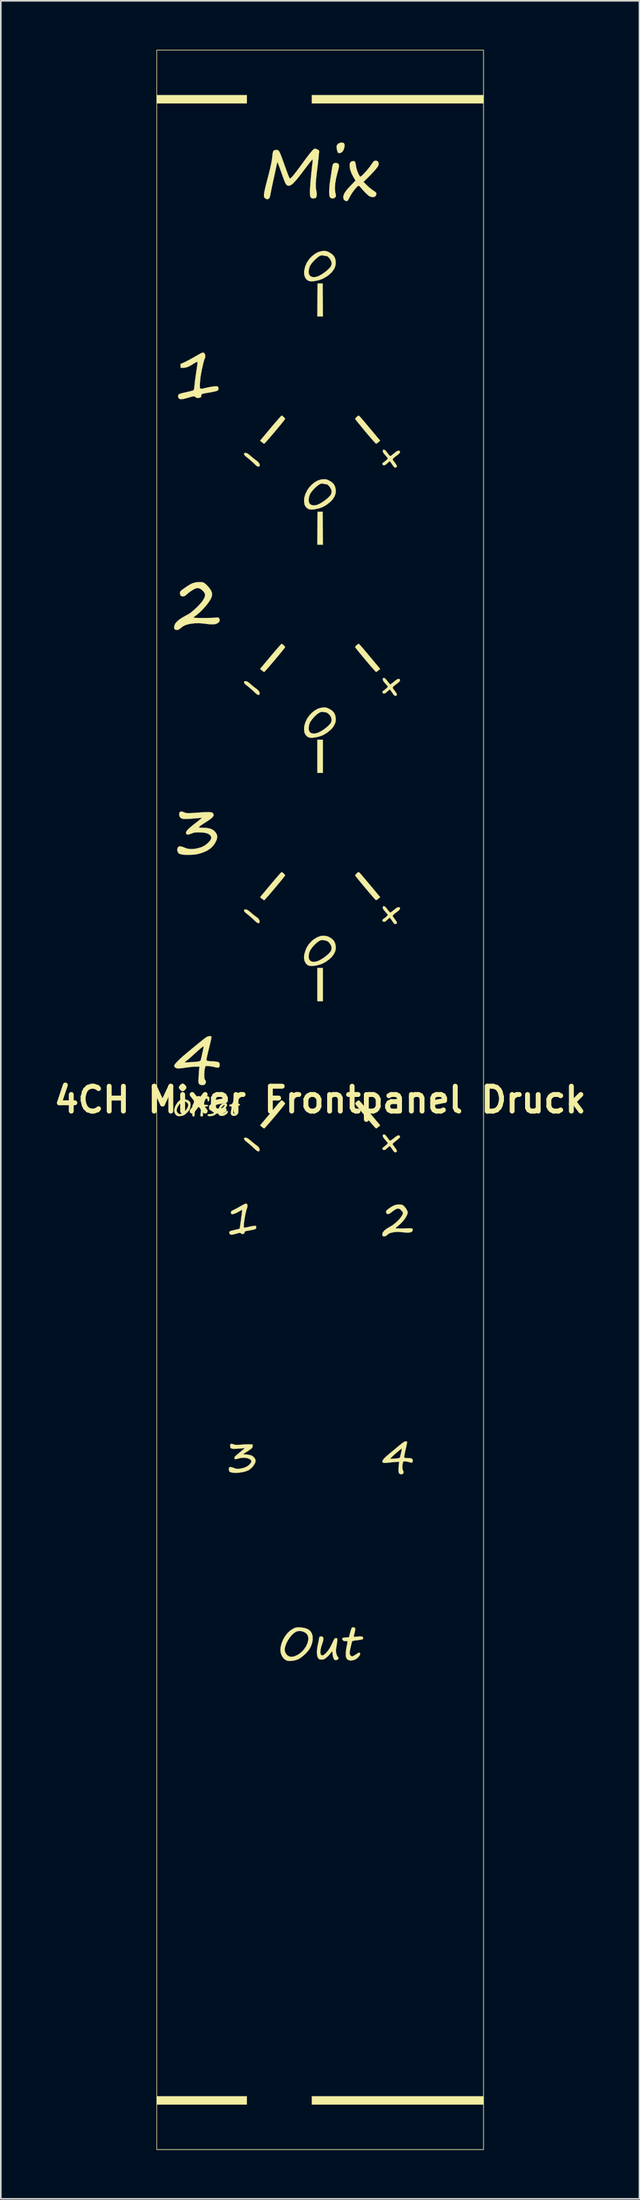
<source format=kicad_pcb>
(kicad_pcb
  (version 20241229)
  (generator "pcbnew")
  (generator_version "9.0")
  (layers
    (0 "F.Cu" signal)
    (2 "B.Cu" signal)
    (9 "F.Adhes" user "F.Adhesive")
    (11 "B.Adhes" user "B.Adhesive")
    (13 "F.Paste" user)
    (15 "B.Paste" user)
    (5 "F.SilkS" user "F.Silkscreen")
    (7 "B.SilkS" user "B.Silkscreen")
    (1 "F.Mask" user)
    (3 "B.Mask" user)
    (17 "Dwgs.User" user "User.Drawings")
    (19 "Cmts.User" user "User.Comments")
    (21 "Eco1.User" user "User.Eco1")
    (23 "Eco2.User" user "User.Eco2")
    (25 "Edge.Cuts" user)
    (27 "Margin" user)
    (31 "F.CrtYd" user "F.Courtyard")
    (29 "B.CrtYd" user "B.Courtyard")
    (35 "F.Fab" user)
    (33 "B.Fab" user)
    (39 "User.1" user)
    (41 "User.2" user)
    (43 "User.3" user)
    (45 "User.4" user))
  (footprint "4CH Mixer Frontpanel Druck"
    (layer "F.Cu")
    (at 16.554 64.267)
    (property "Reference" "4CH Mixer Frontpanel Druck" (at 0 0 0) (layer "F.SilkS") (effects (font (size 1.524 1.524) (thickness 0.3))))
    (attr through_hole)
    (fp_poly (pts (xy 0.169 -20.01) (xy -0.169 -20.01) (xy -0.169 -22.042) (xy 0.169 -22.042) (xy 0.169 -20.01)) (stroke (width 0.01) (type solid)) (fill yes) (layer "F.SilkS"))
    (fp_poly (pts (xy 0.169 -6.04) (xy -0.169 -6.04) (xy -0.169 -8.072) (xy 0.169 -8.072) (xy 0.169 -6.04)) (stroke (width 0.01) (type solid)) (fill yes) (layer "F.SilkS"))
    (fp_poly (pts (xy 0.163 -48.959) (xy 0.17 -47.95) (xy -0.17 -47.95) (xy -0.163 -48.959) (xy -0.155 -49.967) (xy 0.155 -49.967) (xy 0.163 -48.959)) (stroke (width 0.01) (type solid)) (fill yes) (layer "F.SilkS"))
    (fp_poly (pts (xy 0.163 -34.989) (xy 0.17 -33.98) (xy -0.17 -33.98) (xy -0.163 -34.989) (xy -0.155 -35.997) (xy 0.155 -35.997) (xy 0.163 -34.989)) (stroke (width 0.01) (type solid)) (fill yes) (layer "F.SilkS"))
    (fp_poly (pts (xy 1.401 -58.577) (xy 1.441 -58.56) (xy 1.482 -58.509) (xy 1.497 -58.424) (xy 1.488 -58.318) (xy 1.459 -58.207) (xy 1.413 -58.104) (xy 1.353 -58.023) (xy 1.316 -57.994) (xy 1.21 -57.946) (xy 1.13 -57.948) (xy 1.078 -58) (xy 1.07 -58.018) (xy 1.035 -58.132) (xy 1.013 -58.25) (xy 1.008 -58.351) (xy 1.017 -58.407) (xy 1.078 -58.497) (xy 1.175 -58.56) (xy 1.288 -58.588) (xy 1.401 -58.577)) (stroke (width 0.01) (type solid)) (fill yes) (layer "F.SilkS"))
    (fp_poly (pts (xy 10.019 64.262) (xy -10.019 64.262) (xy -10.019 -64.234) (xy -9.991 -64.234) (xy -9.991 -61.496) (xy -4.487 -61.496) (xy -4.487 -60.988) (xy -9.991 -60.988) (xy -9.991 60.988) (xy -4.487 60.988) (xy -4.487 61.496) (xy -9.991 61.496) (xy -9.991 64.234) (xy 9.991 64.234) (xy 9.991 61.496) (xy -0.508 61.496) (xy -0.508 60.988) (xy 9.991 60.988) (xy 9.991 -60.988) (xy -0.508 -60.988) (xy -0.508 -61.496) (xy 9.991 -61.496) (xy 9.991 -64.234) (xy -9.991 -64.234) (xy -10.019 -64.234) (xy -10.019 -64.262) (xy 10.019 -64.262) (xy 10.019 64.262)) (stroke (width 0.01) (type solid)) (fill yes) (layer "F.SilkS"))
    (fp_poly (pts (xy -4.516 -25.617) (xy -4.446 -25.588) (xy -4.362 -25.531) (xy -4.255 -25.439) (xy -4.236 -25.422) (xy -4.129 -25.331) (xy -4.009 -25.236) (xy -3.923 -25.174) (xy -3.799 -25.073) (xy -3.725 -24.972) (xy -3.704 -24.875) (xy -3.711 -24.838) (xy -3.744 -24.789) (xy -3.799 -24.786) (xy -3.88 -24.83) (xy -3.986 -24.92) (xy -4.036 -24.968) (xy -4.148 -25.075) (xy -4.282 -25.192) (xy -4.411 -25.299) (xy -4.438 -25.32) (xy -4.547 -25.407) (xy -4.615 -25.471) (xy -4.649 -25.521) (xy -4.657 -25.556) (xy -4.645 -25.609) (xy -4.599 -25.625) (xy -4.584 -25.626) (xy -4.516 -25.617)) (stroke (width 0.01) (type solid)) (fill yes) (layer "F.SilkS"))
    (fp_poly (pts (xy -4.527 -11.65) (xy -4.468 -11.629) (xy -4.399 -11.587) (xy -4.308 -11.517) (xy -4.192 -11.418) (xy -4.09 -11.332) (xy -3.99 -11.253) (xy -3.908 -11.194) (xy -3.887 -11.18) (xy -3.789 -11.099) (xy -3.726 -11.004) (xy -3.705 -10.908) (xy -3.709 -10.877) (xy -3.739 -10.823) (xy -3.791 -10.813) (xy -3.867 -10.85) (xy -3.969 -10.934) (xy -4.036 -10.998) (xy -4.148 -11.105) (xy -4.282 -11.222) (xy -4.411 -11.329) (xy -4.438 -11.35) (xy -4.547 -11.437) (xy -4.615 -11.501) (xy -4.649 -11.551) (xy -4.657 -11.586) (xy -4.645 -11.639) (xy -4.599 -11.655) (xy -4.584 -11.656) (xy -4.527 -11.65)) (stroke (width 0.01) (type solid)) (fill yes) (layer "F.SilkS"))
    (fp_poly (pts (xy -4.527 2.32) (xy -4.468 2.341) (xy -4.399 2.383) (xy -4.308 2.453) (xy -4.192 2.552) (xy -4.09 2.638) (xy -3.99 2.717) (xy -3.908 2.776) (xy -3.887 2.79) (xy -3.789 2.871) (xy -3.726 2.966) (xy -3.705 3.062) (xy -3.709 3.093) (xy -3.739 3.147) (xy -3.791 3.157) (xy -3.867 3.12) (xy -3.969 3.036) (xy -4.036 2.972) (xy -4.148 2.865) (xy -4.282 2.748) (xy -4.411 2.641) (xy -4.438 2.62) (xy -4.547 2.533) (xy -4.615 2.469) (xy -4.649 2.419) (xy -4.657 2.384) (xy -4.645 2.331) (xy -4.599 2.315) (xy -4.584 2.314) (xy -4.527 2.32)) (stroke (width 0.01) (type solid)) (fill yes) (layer "F.SilkS"))
    (fp_poly (pts (xy -4.516 -39.587) (xy -4.446 -39.558) (xy -4.362 -39.501) (xy -4.255 -39.409) (xy -4.236 -39.392) (xy -4.129 -39.301) (xy -4.009 -39.206) (xy -3.923 -39.144) (xy -3.82 -39.061) (xy -3.746 -38.974) (xy -3.704 -38.892) (xy -3.696 -38.823) (xy -3.726 -38.775) (xy -3.782 -38.758) (xy -3.83 -38.767) (xy -3.892 -38.805) (xy -3.975 -38.877) (xy -4.036 -38.937) (xy -4.148 -39.044) (xy -4.282 -39.162) (xy -4.411 -39.269) (xy -4.438 -39.29) (xy -4.547 -39.377) (xy -4.615 -39.441) (xy -4.649 -39.491) (xy -4.657 -39.526) (xy -4.645 -39.579) (xy -4.599 -39.595) (xy -4.584 -39.596) (xy -4.516 -39.587)) (stroke (width 0.01) (type solid)) (fill yes) (layer "F.SilkS"))
    (fp_poly (pts (xy -2.317 -27.892) (xy -2.258 -27.845) (xy -2.199 -27.788) (xy -2.156 -27.736) (xy -2.145 -27.711) (xy -2.162 -27.681) (xy -2.212 -27.615) (xy -2.288 -27.518) (xy -2.385 -27.398) (xy -2.499 -27.259) (xy -2.624 -27.108) (xy -2.756 -26.951) (xy -2.888 -26.794) (xy -3.017 -26.643) (xy -3.136 -26.504) (xy -3.242 -26.384) (xy -3.328 -26.287) (xy -3.39 -26.221) (xy -3.422 -26.192) (xy -3.425 -26.191) (xy -3.464 -26.208) (xy -3.527 -26.252) (xy -3.566 -26.283) (xy -3.676 -26.376) (xy -3.033 -27.144) (xy -2.883 -27.322) (xy -2.744 -27.485) (xy -2.62 -27.629) (xy -2.515 -27.748) (xy -2.434 -27.838) (xy -2.38 -27.894) (xy -2.359 -27.911) (xy -2.317 -27.892)) (stroke (width 0.01) (type solid)) (fill yes) (layer "F.SilkS"))
    (fp_poly (pts (xy -2.317 -13.922) (xy -2.258 -13.875) (xy -2.199 -13.818) (xy -2.156 -13.766) (xy -2.145 -13.741) (xy -2.162 -13.711) (xy -2.212 -13.645) (xy -2.288 -13.548) (xy -2.385 -13.428) (xy -2.499 -13.289) (xy -2.624 -13.138) (xy -2.756 -12.981) (xy -2.888 -12.824) (xy -3.017 -12.673) (xy -3.136 -12.534) (xy -3.242 -12.414) (xy -3.328 -12.317) (xy -3.39 -12.251) (xy -3.422 -12.222) (xy -3.425 -12.221) (xy -3.464 -12.238) (xy -3.527 -12.282) (xy -3.566 -12.313) (xy -3.676 -12.406) (xy -3.033 -13.174) (xy -2.883 -13.352) (xy -2.744 -13.515) (xy -2.62 -13.659) (xy -2.515 -13.778) (xy -2.434 -13.868) (xy -2.38 -13.924) (xy -2.359 -13.941) (xy -2.317 -13.922)) (stroke (width 0.01) (type solid)) (fill yes) (layer "F.SilkS"))
    (fp_poly (pts (xy -2.317 -41.861) (xy -2.258 -41.815) (xy -2.198 -41.758) (xy -2.156 -41.706) (xy -2.145 -41.681) (xy -2.162 -41.651) (xy -2.212 -41.585) (xy -2.288 -41.488) (xy -2.385 -41.367) (xy -2.499 -41.228) (xy -2.624 -41.077) (xy -2.755 -40.92) (xy -2.888 -40.763) (xy -3.017 -40.613) (xy -3.136 -40.474) (xy -3.242 -40.353) (xy -3.328 -40.257) (xy -3.39 -40.191) (xy -3.422 -40.162) (xy -3.425 -40.161) (xy -3.464 -40.178) (xy -3.527 -40.222) (xy -3.566 -40.253) (xy -3.675 -40.346) (xy -3.032 -41.114) (xy -2.882 -41.292) (xy -2.743 -41.455) (xy -2.619 -41.598) (xy -2.514 -41.718) (xy -2.433 -41.808) (xy -2.38 -41.864) (xy -2.359 -41.881) (xy -2.317 -41.861)) (stroke (width 0.01) (type solid)) (fill yes) (layer "F.SilkS"))
    (fp_poly (pts (xy 2.387 -41.861) (xy 2.444 -41.804) (xy 2.521 -41.72) (xy 2.612 -41.616) (xy 2.644 -41.578) (xy 2.744 -41.458) (xy 2.87 -41.308) (xy 3.01 -41.141) (xy 3.154 -40.97) (xy 3.287 -40.811) (xy 3.676 -40.346) (xy 3.567 -40.254) (xy 3.498 -40.2) (xy 3.443 -40.167) (xy 3.425 -40.161) (xy 3.4 -40.181) (xy 3.343 -40.241) (xy 3.259 -40.334) (xy 3.152 -40.455) (xy 3.027 -40.6) (xy 2.887 -40.764) (xy 2.769 -40.905) (xy 2.622 -41.081) (xy 2.488 -41.244) (xy 2.37 -41.388) (xy 2.272 -41.51) (xy 2.2 -41.603) (xy 2.156 -41.662) (xy 2.145 -41.681) (xy 2.165 -41.72) (xy 2.214 -41.774) (xy 2.276 -41.83) (xy 2.332 -41.87) (xy 2.359 -41.881) (xy 2.387 -41.861)) (stroke (width 0.01) (type solid)) (fill yes) (layer "F.SilkS"))
    (fp_poly (pts (xy 2.387 -27.891) (xy 2.444 -27.834) (xy 2.521 -27.75) (xy 2.612 -27.646) (xy 2.644 -27.608) (xy 2.744 -27.488) (xy 2.87 -27.338) (xy 3.01 -27.171) (xy 3.154 -27) (xy 3.287 -26.841) (xy 3.676 -26.376) (xy 3.567 -26.284) (xy 3.498 -26.23) (xy 3.443 -26.197) (xy 3.425 -26.191) (xy 3.4 -26.211) (xy 3.343 -26.271) (xy 3.259 -26.364) (xy 3.153 -26.485) (xy 3.027 -26.63) (xy 2.888 -26.794) (xy 2.769 -26.935) (xy 2.622 -27.111) (xy 2.488 -27.274) (xy 2.37 -27.419) (xy 2.272 -27.54) (xy 2.2 -27.633) (xy 2.156 -27.692) (xy 2.145 -27.712) (xy 2.165 -27.75) (xy 2.214 -27.805) (xy 2.275 -27.86) (xy 2.331 -27.9) (xy 2.359 -27.911) (xy 2.387 -27.891)) (stroke (width 0.01) (type solid)) (fill yes) (layer "F.SilkS"))
    (fp_poly (pts (xy 2.389 -13.921) (xy 2.445 -13.866) (xy 2.52 -13.785) (xy 2.585 -13.709) (xy 2.66 -13.619) (xy 2.764 -13.496) (xy 2.887 -13.349) (xy 3.022 -13.188) (xy 3.161 -13.022) (xy 3.228 -12.942) (xy 3.676 -12.406) (xy 3.567 -12.314) (xy 3.498 -12.26) (xy 3.444 -12.227) (xy 3.426 -12.221) (xy 3.401 -12.241) (xy 3.344 -12.301) (xy 3.26 -12.393) (xy 3.154 -12.514) (xy 3.029 -12.659) (xy 2.89 -12.822) (xy 2.777 -12.956) (xy 2.63 -13.131) (xy 2.496 -13.294) (xy 2.377 -13.438) (xy 2.279 -13.56) (xy 2.206 -13.653) (xy 2.162 -13.712) (xy 2.15 -13.731) (xy 2.165 -13.771) (xy 2.209 -13.827) (xy 2.268 -13.885) (xy 2.325 -13.928) (xy 2.359 -13.941) (xy 2.389 -13.921)) (stroke (width 0.01) (type solid)) (fill yes) (layer "F.SilkS"))
    (fp_poly (pts (xy 2.389 0.049) (xy 2.446 0.104) (xy 2.519 0.184) (xy 2.573 0.247) (xy 2.644 0.332) (xy 2.744 0.45) (xy 2.864 0.594) (xy 2.998 0.753) (xy 3.136 0.918) (xy 3.217 1.014) (xy 3.677 1.563) (xy 3.567 1.656) (xy 3.498 1.709) (xy 3.444 1.743) (xy 3.426 1.749) (xy 3.401 1.729) (xy 3.344 1.669) (xy 3.26 1.577) (xy 3.154 1.456) (xy 3.029 1.311) (xy 2.89 1.148) (xy 2.777 1.014) (xy 2.63 0.839) (xy 2.496 0.676) (xy 2.377 0.532) (xy 2.279 0.41) (xy 2.206 0.317) (xy 2.162 0.258) (xy 2.15 0.239) (xy 2.165 0.199) (xy 2.209 0.143) (xy 2.268 0.085) (xy 2.325 0.042) (xy 2.359 0.029) (xy 2.389 0.049)) (stroke (width 0.01) (type solid)) (fill yes) (layer "F.SilkS"))
    (fp_poly (pts (xy -2.317 0.048) (xy -2.258 0.095) (xy -2.199 0.152) (xy -2.156 0.204) (xy -2.145 0.229) (xy -2.162 0.259) (xy -2.212 0.325) (xy -2.288 0.422) (xy -2.385 0.542) (xy -2.499 0.681) (xy -2.624 0.832) (xy -2.756 0.989) (xy -2.888 1.146) (xy -3.017 1.297) (xy -3.136 1.436) (xy -3.242 1.556) (xy -3.328 1.653) (xy -3.39 1.719) (xy -3.422 1.748) (xy -3.425 1.749) (xy -3.464 1.732) (xy -3.527 1.688) (xy -3.567 1.656) (xy -3.676 1.564) (xy -3.287 1.099) (xy -3.151 0.937) (xy -3.007 0.765) (xy -2.867 0.598) (xy -2.742 0.449) (xy -2.644 0.332) (xy -2.55 0.222) (xy -2.467 0.13) (xy -2.403 0.064) (xy -2.365 0.031) (xy -2.359 0.029) (xy -2.317 0.048)) (stroke (width 0.01) (type solid)) (fill yes) (layer "F.SilkS"))
    (fp_poly (pts (xy 1.07 -57.318) (xy 1.094 -57.304) (xy 1.132 -57.265) (xy 1.152 -57.21) (xy 1.152 -57.13) (xy 1.133 -57.017) (xy 1.095 -56.863) (xy 1.072 -56.783) (xy 0.979 -56.417) (xy 0.923 -56.091) (xy 0.904 -55.806) (xy 0.922 -55.563) (xy 0.943 -55.464) (xy 0.964 -55.376) (xy 0.967 -55.321) (xy 0.951 -55.279) (xy 0.927 -55.245) (xy 0.85 -55.187) (xy 0.757 -55.169) (xy 0.667 -55.192) (xy 0.6 -55.251) (xy 0.571 -55.333) (xy 0.556 -55.464) (xy 0.555 -55.64) (xy 0.568 -55.856) (xy 0.594 -56.107) (xy 0.633 -56.387) (xy 0.636 -56.402) (xy 0.663 -56.576) (xy 0.689 -56.744) (xy 0.711 -56.894) (xy 0.728 -57.011) (xy 0.734 -57.06) (xy 0.755 -57.17) (xy 0.784 -57.257) (xy 0.806 -57.293) (xy 0.879 -57.336) (xy 0.975 -57.345) (xy 1.07 -57.318)) (stroke (width 0.01) (type solid)) (fill yes) (layer "F.SilkS"))
    (fp_poly (pts (xy -6.398 0.181) (xy -6.355 0.217) (xy -6.341 0.28) (xy -6.366 0.323) (xy -6.419 0.329) (xy -6.424 0.328) (xy -6.482 0.331) (xy -6.554 0.36) (xy -6.62 0.403) (xy -6.657 0.449) (xy -6.66 0.463) (xy -6.638 0.498) (xy -6.58 0.549) (xy -6.518 0.591) (xy -6.422 0.656) (xy -6.369 0.712) (xy -6.352 0.77) (xy -6.36 0.828) (xy -6.402 0.887) (xy -6.484 0.939) (xy -6.593 0.977) (xy -6.713 0.997) (xy -6.823 0.993) (xy -6.876 0.965) (xy -6.886 0.929) (xy -6.876 0.893) (xy -6.834 0.877) (xy -6.778 0.875) (xy -6.686 0.867) (xy -6.597 0.848) (xy -6.527 0.822) (xy -6.492 0.795) (xy -6.491 0.79) (xy -6.514 0.764) (xy -6.573 0.722) (xy -6.646 0.677) (xy -6.731 0.627) (xy -6.777 0.588) (xy -6.797 0.545) (xy -6.801 0.484) (xy -6.801 0.471) (xy -6.795 0.394) (xy -6.769 0.341) (xy -6.711 0.29) (xy -6.688 0.273) (xy -6.576 0.209) (xy -6.476 0.177) (xy -6.398 0.181)) (stroke (width 0.01) (type solid)) (fill yes) (layer "F.SilkS"))
    (fp_poly (pts (xy -5.775 0.205) (xy -5.719 0.247) (xy -5.701 0.31) (xy -5.729 0.411) (xy -5.812 0.516) (xy -5.951 0.624) (xy -5.973 0.639) (xy -6.066 0.709) (xy -6.105 0.765) (xy -6.089 0.807) (xy -6.025 0.835) (xy -5.948 0.832) (xy -5.857 0.797) (xy -5.777 0.741) (xy -5.759 0.722) (xy -5.708 0.683) (xy -5.664 0.685) (xy -5.644 0.725) (xy -5.644 0.728) (xy -5.668 0.79) (xy -5.729 0.858) (xy -5.811 0.92) (xy -5.9 0.96) (xy -5.9 0.96) (xy -6.001 0.983) (xy -6.078 0.98) (xy -6.142 0.96) (xy -6.207 0.906) (xy -6.241 0.817) (xy -6.247 0.705) (xy -6.226 0.581) (xy -6.199 0.511) (xy -6.068 0.511) (xy -6.051 0.535) (xy -6.004 0.515) (xy -5.93 0.454) (xy -5.867 0.385) (xy -5.843 0.336) (xy -5.861 0.312) (xy -5.873 0.31) (xy -5.91 0.33) (xy -5.965 0.378) (xy -6.02 0.436) (xy -6.059 0.488) (xy -6.068 0.511) (xy -6.199 0.511) (xy -6.179 0.457) (xy -6.108 0.344) (xy -6.039 0.272) (xy -5.948 0.216) (xy -5.856 0.195) (xy -5.775 0.205)) (stroke (width 0.01) (type solid)) (fill yes) (layer "F.SilkS"))
    (fp_poly (pts (xy -8.264 -0.026) (xy -8.136 0.008) (xy -8.03 0.067) (xy -7.962 0.147) (xy -7.955 0.162) (xy -7.938 0.257) (xy -7.942 0.378) (xy -7.965 0.5) (xy -7.997 0.584) (xy -8.053 0.667) (xy -8.137 0.764) (xy -8.232 0.856) (xy -8.317 0.923) (xy -8.398 0.958) (xy -8.51 0.984) (xy -8.624 0.997) (xy -8.707 0.993) (xy -8.801 0.948) (xy -8.876 0.862) (xy -8.923 0.749) (xy -8.932 0.658) (xy -8.79 0.658) (xy -8.765 0.74) (xy -8.712 0.811) (xy -8.648 0.862) (xy -8.573 0.872) (xy -8.476 0.845) (xy -8.369 0.784) (xy -8.265 0.687) (xy -8.173 0.57) (xy -8.105 0.448) (xy -8.073 0.335) (xy -8.072 0.315) (xy -8.096 0.241) (xy -8.155 0.167) (xy -8.234 0.109) (xy -8.313 0.085) (xy -8.316 0.085) (xy -8.424 0.111) (xy -8.533 0.182) (xy -8.635 0.287) (xy -8.72 0.418) (xy -8.776 0.559) (xy -8.79 0.658) (xy -8.932 0.658) (xy -8.935 0.622) (xy -8.931 0.582) (xy -8.889 0.435) (xy -8.818 0.289) (xy -8.727 0.158) (xy -8.626 0.055) (xy -8.531 -0.002) (xy -8.4 -0.031) (xy -8.264 -0.026)) (stroke (width 0.01) (type solid)) (fill yes) (layer "F.SilkS"))
    (fp_poly (pts (xy -6.874 -0.215) (xy -6.807 -0.173) (xy -6.779 -0.093) (xy -6.787 -0.002) (xy -6.813 0.066) (xy -6.846 0.097) (xy -6.874 0.086) (xy -6.886 0.031) (xy -6.9 -0.048) (xy -6.935 -0.088) (xy -6.981 -0.084) (xy -7.005 -0.063) (xy -7.053 0.016) (xy -7.092 0.122) (xy -7.111 0.225) (xy -7.112 0.244) (xy -7.106 0.285) (xy -7.078 0.305) (xy -7.013 0.31) (xy -6.985 0.31) (xy -6.894 0.319) (xy -6.855 0.341) (xy -6.867 0.368) (xy -6.93 0.394) (xy -6.997 0.406) (xy -7.137 0.425) (xy -7.158 0.558) (xy -7.17 0.667) (xy -7.178 0.794) (xy -7.179 0.854) (xy -7.181 0.945) (xy -7.19 0.994) (xy -7.212 1.013) (xy -7.243 1.016) (xy -7.3 1.005) (xy -7.323 0.989) (xy -7.326 0.951) (xy -7.323 0.871) (xy -7.312 0.764) (xy -7.305 0.707) (xy -7.29 0.572) (xy -7.286 0.484) (xy -7.294 0.434) (xy -7.303 0.419) (xy -7.317 0.381) (xy -7.298 0.319) (xy -7.281 0.285) (xy -7.24 0.191) (xy -7.213 0.095) (xy -7.212 0.085) (xy -7.171 -0.053) (xy -7.101 -0.154) (xy -7.008 -0.211) (xy -6.899 -0.22) (xy -6.874 -0.215)) (stroke (width 0.01) (type solid)) (fill yes) (layer "F.SilkS"))
    (fp_poly (pts (xy -7.357 -0.21) (xy -7.305 -0.156) (xy -7.305 -0.156) (xy -7.288 -0.052) (xy -7.299 0.004) (xy -7.329 0.076) (xy -7.361 0.106) (xy -7.386 0.089) (xy -7.394 0.034) (xy -7.407 -0.041) (xy -7.439 -0.087) (xy -7.48 -0.094) (xy -7.503 -0.076) (xy -7.548 -0.001) (xy -7.589 0.099) (xy -7.615 0.196) (xy -7.62 0.239) (xy -7.615 0.283) (xy -7.589 0.304) (xy -7.528 0.31) (xy -7.493 0.31) (xy -7.402 0.319) (xy -7.363 0.341) (xy -7.374 0.369) (xy -7.436 0.395) (xy -7.506 0.409) (xy -7.646 0.428) (xy -7.666 0.56) (xy -7.679 0.668) (xy -7.687 0.794) (xy -7.688 0.854) (xy -7.691 0.945) (xy -7.701 0.994) (xy -7.723 1.013) (xy -7.752 1.016) (xy -7.807 0.996) (xy -7.823 0.967) (xy -7.825 0.916) (xy -7.82 0.827) (xy -7.81 0.717) (xy -7.808 0.693) (xy -7.797 0.547) (xy -7.801 0.453) (xy -7.812 0.422) (xy -7.824 0.372) (xy -7.796 0.307) (xy -7.787 0.293) (xy -7.75 0.226) (xy -7.733 0.172) (xy -7.733 0.169) (xy -7.717 0.067) (xy -7.677 -0.045) (xy -7.624 -0.137) (xy -7.605 -0.159) (xy -7.524 -0.212) (xy -7.436 -0.229) (xy -7.357 -0.21)) (stroke (width 0.01) (type solid)) (fill yes) (layer "F.SilkS"))
    (fp_poly (pts (xy -5.18 -0.017) (xy -5.165 0.024) (xy -5.176 0.107) (xy -5.192 0.165) (xy -5.218 0.258) (xy -5.114 0.253) (xy -5.007 0.25) (xy -4.945 0.256) (xy -4.917 0.272) (xy -4.911 0.296) (xy -4.928 0.33) (xy -4.987 0.353) (xy -5.092 0.369) (xy -5.136 0.373) (xy -5.208 0.391) (xy -5.258 0.436) (xy -5.293 0.519) (xy -5.318 0.647) (xy -5.322 0.67) (xy -5.326 0.776) (xy -5.303 0.834) (xy -5.252 0.842) (xy -5.174 0.801) (xy -5.161 0.792) (xy -5.086 0.749) (xy -5.034 0.745) (xy -5.013 0.775) (xy -5.026 0.827) (xy -5.087 0.908) (xy -5.173 0.961) (xy -5.269 0.984) (xy -5.359 0.974) (xy -5.429 0.926) (xy -5.437 0.915) (xy -5.462 0.867) (xy -5.471 0.815) (xy -5.464 0.739) (xy -5.451 0.665) (xy -5.43 0.541) (xy -5.421 0.462) (xy -5.427 0.418) (xy -5.448 0.399) (xy -5.487 0.395) (xy -5.489 0.395) (xy -5.542 0.385) (xy -5.56 0.367) (xy -5.561 0.32) (xy -5.561 0.318) (xy -5.537 0.299) (xy -5.477 0.284) (xy -5.469 0.282) (xy -5.412 0.267) (xy -5.375 0.235) (xy -5.344 0.169) (xy -5.33 0.127) (xy -5.291 0.033) (xy -5.25 -0.014) (xy -5.224 -0.023) (xy -5.18 -0.017)) (stroke (width 0.01) (type solid)) (fill yes) (layer "F.SilkS"))
    (fp_poly (pts (xy 0.432 -10.012) (xy 0.56 -9.96) (xy 0.729 -9.853) (xy 0.849 -9.724) (xy 0.924 -9.565) (xy 0.957 -9.372) (xy 0.959 -9.294) (xy 0.932 -9.119) (xy 0.853 -8.941) (xy 0.729 -8.768) (xy 0.563 -8.606) (xy 0.362 -8.459) (xy 0.183 -8.36) (xy 0.009 -8.289) (xy -0.182 -8.236) (xy -0.372 -8.204) (xy -0.546 -8.196) (xy -0.677 -8.212) (xy -0.792 -8.268) (xy -0.886 -8.369) (xy -0.952 -8.504) (xy -0.985 -8.664) (xy -0.988 -8.722) (xy -0.976 -8.837) (xy -0.699 -8.837) (xy -0.698 -8.697) (xy -0.676 -8.605) (xy -0.61 -8.514) (xy -0.508 -8.46) (xy -0.377 -8.444) (xy -0.225 -8.467) (xy -0.14 -8.495) (xy 0.009 -8.566) (xy 0.167 -8.661) (xy 0.323 -8.772) (xy 0.465 -8.89) (xy 0.58 -9.004) (xy 0.658 -9.106) (xy 0.666 -9.121) (xy 0.704 -9.253) (xy 0.69 -9.392) (xy 0.626 -9.531) (xy 0.527 -9.649) (xy 0.419 -9.727) (xy 0.333 -9.752) (xy 0.24 -9.764) (xy 0.163 -9.779) (xy 0.063 -9.777) (xy -0.058 -9.725) (xy -0.198 -9.626) (xy -0.353 -9.479) (xy -0.36 -9.472) (xy -0.453 -9.367) (xy -0.538 -9.259) (xy -0.602 -9.164) (xy -0.621 -9.13) (xy -0.673 -8.988) (xy -0.699 -8.837) (xy -0.976 -8.837) (xy -0.975 -8.847) (xy -0.941 -9.001) (xy -0.89 -9.161) (xy -0.83 -9.306) (xy -0.692 -9.528) (xy -0.505 -9.728) (xy -0.399 -9.814) (xy -0.186 -9.948) (xy 0.024 -10.026) (xy 0.23 -10.047) (xy 0.432 -10.012)) (stroke (width 0.01) (type solid)) (fill yes) (layer "F.SilkS"))
    (fp_poly (pts (xy 0.374 -51.946) (xy 0.459 -51.917) (xy 0.551 -51.874) (xy 0.727 -51.764) (xy 0.851 -51.633) (xy 0.924 -51.479) (xy 0.929 -51.461) (xy 0.958 -51.245) (xy 0.932 -51.04) (xy 0.851 -50.845) (xy 0.715 -50.659) (xy 0.524 -50.483) (xy 0.391 -50.388) (xy 0.166 -50.259) (xy -0.064 -50.172) (xy -0.285 -50.124) (xy -0.426 -50.104) (xy -0.532 -50.099) (xy -0.621 -50.107) (xy -0.696 -50.125) (xy -0.807 -50.186) (xy -0.895 -50.289) (xy -0.954 -50.427) (xy -0.981 -50.589) (xy -0.978 -50.715) (xy -0.971 -50.747) (xy -0.699 -50.747) (xy -0.698 -50.607) (xy -0.676 -50.515) (xy -0.611 -50.426) (xy -0.508 -50.371) (xy -0.377 -50.352) (xy -0.228 -50.373) (xy -0.17 -50.391) (xy -0.034 -50.451) (xy 0.117 -50.539) (xy 0.271 -50.644) (xy 0.416 -50.758) (xy 0.54 -50.872) (xy 0.632 -50.977) (xy 0.665 -51.029) (xy 0.706 -51.164) (xy 0.691 -51.304) (xy 0.62 -51.445) (xy 0.532 -51.552) (xy 0.448 -51.627) (xy 0.385 -51.655) (xy 0.364 -51.654) (xy 0.3 -51.654) (xy 0.229 -51.674) (xy 0.154 -51.692) (xy 0.067 -51.684) (xy 0.025 -51.674) (xy -0.06 -51.634) (xy -0.166 -51.557) (xy -0.282 -51.455) (xy -0.398 -51.339) (xy -0.503 -51.219) (xy -0.586 -51.105) (xy -0.621 -51.041) (xy -0.673 -50.898) (xy -0.699 -50.747) (xy -0.971 -50.747) (xy -0.922 -50.989) (xy -0.813 -51.244) (xy -0.652 -51.477) (xy -0.507 -51.629) (xy -0.309 -51.786) (xy -0.111 -51.891) (xy 0.095 -51.945) (xy 0.177 -51.953) (xy 0.289 -51.956) (xy 0.374 -51.946)) (stroke (width 0.01) (type solid)) (fill yes) (layer "F.SilkS"))
    (fp_poly (pts (xy 0.374 -24.006) (xy 0.459 -23.977) (xy 0.551 -23.934) (xy 0.722 -23.829) (xy 0.844 -23.701) (xy 0.921 -23.546) (xy 0.956 -23.356) (xy 0.96 -23.261) (xy 0.935 -23.105) (xy 0.867 -22.938) (xy 0.763 -22.777) (xy 0.64 -22.645) (xy 0.409 -22.46) (xy 0.177 -22.324) (xy -0.068 -22.232) (xy -0.303 -22.183) (xy -0.433 -22.166) (xy -0.525 -22.159) (xy -0.598 -22.163) (xy -0.668 -22.178) (xy -0.696 -22.185) (xy -0.797 -22.241) (xy -0.886 -22.336) (xy -0.949 -22.457) (xy -0.958 -22.487) (xy -0.984 -22.68) (xy -0.972 -22.807) (xy -0.699 -22.807) (xy -0.698 -22.667) (xy -0.676 -22.575) (xy -0.61 -22.484) (xy -0.508 -22.43) (xy -0.377 -22.414) (xy -0.225 -22.437) (xy -0.14 -22.465) (xy 0.009 -22.536) (xy 0.167 -22.631) (xy 0.323 -22.742) (xy 0.465 -22.86) (xy 0.58 -22.974) (xy 0.658 -23.076) (xy 0.666 -23.091) (xy 0.704 -23.223) (xy 0.69 -23.362) (xy 0.626 -23.501) (xy 0.527 -23.619) (xy 0.419 -23.697) (xy 0.333 -23.722) (xy 0.24 -23.734) (xy 0.163 -23.749) (xy 0.063 -23.747) (xy -0.058 -23.695) (xy -0.198 -23.596) (xy -0.353 -23.45) (xy -0.36 -23.442) (xy -0.453 -23.337) (xy -0.538 -23.229) (xy -0.602 -23.134) (xy -0.621 -23.1) (xy -0.673 -22.958) (xy -0.699 -22.807) (xy -0.972 -22.807) (xy -0.965 -22.889) (xy -0.903 -23.105) (xy -0.803 -23.318) (xy -0.668 -23.516) (xy -0.535 -23.662) (xy -0.344 -23.821) (xy -0.158 -23.93) (xy 0.03 -23.993) (xy 0.177 -24.013) (xy 0.289 -24.016) (xy 0.374 -24.006)) (stroke (width 0.01) (type solid)) (fill yes) (layer "F.SilkS"))
    (fp_poly (pts (xy 3.938 -39.784) (xy 3.987 -39.752) (xy 4.047 -39.689) (xy 4.126 -39.587) (xy 4.146 -39.56) (xy 4.208 -39.48) (xy 4.262 -39.423) (xy 4.296 -39.399) (xy 4.298 -39.399) (xy 4.333 -39.417) (xy 4.399 -39.464) (xy 4.484 -39.532) (xy 4.528 -39.568) (xy 4.65 -39.666) (xy 4.743 -39.72) (xy 4.814 -39.735) (xy 4.868 -39.712) (xy 4.874 -39.706) (xy 4.895 -39.655) (xy 4.868 -39.59) (xy 4.789 -39.511) (xy 4.703 -39.444) (xy 4.575 -39.349) (xy 4.492 -39.276) (xy 4.45 -39.221) (xy 4.444 -39.179) (xy 4.45 -39.166) (xy 4.478 -39.125) (xy 4.53 -39.055) (xy 4.594 -38.969) (xy 4.598 -38.964) (xy 4.671 -38.856) (xy 4.7 -38.779) (xy 4.683 -38.728) (xy 4.622 -38.701) (xy 4.606 -38.698) (xy 4.568 -38.704) (xy 4.524 -38.74) (xy 4.466 -38.812) (xy 4.414 -38.888) (xy 4.352 -38.979) (xy 4.3 -39.048) (xy 4.268 -39.085) (xy 4.262 -39.088) (xy 4.234 -39.07) (xy 4.178 -39.022) (xy 4.109 -38.959) (xy 4.023 -38.884) (xy 3.958 -38.846) (xy 3.902 -38.839) (xy 3.899 -38.839) (xy 3.836 -38.867) (xy 3.812 -38.919) (xy 3.832 -38.975) (xy 3.867 -39.004) (xy 3.926 -39.043) (xy 3.997 -39.1) (xy 4.068 -39.164) (xy 4.122 -39.22) (xy 4.148 -39.258) (xy 4.149 -39.261) (xy 4.131 -39.292) (xy 4.083 -39.352) (xy 4.015 -39.431) (xy 3.993 -39.455) (xy 3.907 -39.555) (xy 3.858 -39.631) (xy 3.839 -39.693) (xy 3.838 -39.708) (xy 3.848 -39.772) (xy 3.882 -39.793) (xy 3.889 -39.793) (xy 3.938 -39.784)) (stroke (width 0.01) (type solid)) (fill yes) (layer "F.SilkS"))
    (fp_poly (pts (xy 3.938 -25.814) (xy 3.987 -25.782) (xy 4.047 -25.719) (xy 4.126 -25.617) (xy 4.146 -25.59) (xy 4.208 -25.51) (xy 4.262 -25.453) (xy 4.296 -25.429) (xy 4.298 -25.429) (xy 4.333 -25.447) (xy 4.399 -25.494) (xy 4.484 -25.562) (xy 4.528 -25.598) (xy 4.65 -25.696) (xy 4.743 -25.75) (xy 4.814 -25.765) (xy 4.868 -25.742) (xy 4.874 -25.736) (xy 4.895 -25.685) (xy 4.868 -25.62) (xy 4.789 -25.541) (xy 4.703 -25.474) (xy 4.575 -25.379) (xy 4.492 -25.306) (xy 4.45 -25.251) (xy 4.444 -25.209) (xy 4.45 -25.196) (xy 4.478 -25.155) (xy 4.53 -25.085) (xy 4.594 -24.999) (xy 4.598 -24.994) (xy 4.671 -24.886) (xy 4.7 -24.809) (xy 4.683 -24.758) (xy 4.622 -24.731) (xy 4.606 -24.728) (xy 4.568 -24.735) (xy 4.524 -24.771) (xy 4.467 -24.844) (xy 4.416 -24.918) (xy 4.354 -25.009) (xy 4.302 -25.078) (xy 4.27 -25.115) (xy 4.264 -25.118) (xy 4.235 -25.1) (xy 4.178 -25.052) (xy 4.109 -24.989) (xy 4.023 -24.914) (xy 3.958 -24.876) (xy 3.902 -24.869) (xy 3.899 -24.869) (xy 3.836 -24.897) (xy 3.812 -24.949) (xy 3.832 -25.005) (xy 3.867 -25.034) (xy 3.926 -25.073) (xy 3.997 -25.13) (xy 4.068 -25.194) (xy 4.122 -25.25) (xy 4.148 -25.288) (xy 4.149 -25.291) (xy 4.131 -25.322) (xy 4.083 -25.382) (xy 4.015 -25.461) (xy 3.993 -25.485) (xy 3.907 -25.585) (xy 3.858 -25.661) (xy 3.839 -25.723) (xy 3.838 -25.738) (xy 3.848 -25.802) (xy 3.882 -25.823) (xy 3.889 -25.823) (xy 3.938 -25.814)) (stroke (width 0.01) (type solid)) (fill yes) (layer "F.SilkS"))
    (fp_poly (pts (xy 3.938 -11.844) (xy 3.987 -11.812) (xy 4.047 -11.749) (xy 4.126 -11.647) (xy 4.146 -11.62) (xy 4.208 -11.54) (xy 4.262 -11.483) (xy 4.296 -11.459) (xy 4.298 -11.459) (xy 4.333 -11.477) (xy 4.399 -11.524) (xy 4.484 -11.592) (xy 4.528 -11.628) (xy 4.65 -11.726) (xy 4.743 -11.78) (xy 4.814 -11.795) (xy 4.868 -11.772) (xy 4.874 -11.766) (xy 4.895 -11.715) (xy 4.868 -11.65) (xy 4.789 -11.571) (xy 4.703 -11.504) (xy 4.575 -11.409) (xy 4.492 -11.336) (xy 4.45 -11.281) (xy 4.444 -11.239) (xy 4.45 -11.226) (xy 4.478 -11.185) (xy 4.53 -11.115) (xy 4.594 -11.029) (xy 4.598 -11.024) (xy 4.671 -10.916) (xy 4.7 -10.839) (xy 4.683 -10.788) (xy 4.622 -10.761) (xy 4.606 -10.758) (xy 4.568 -10.765) (xy 4.524 -10.801) (xy 4.467 -10.874) (xy 4.416 -10.948) (xy 4.354 -11.039) (xy 4.302 -11.108) (xy 4.27 -11.145) (xy 4.264 -11.148) (xy 4.235 -11.13) (xy 4.178 -11.082) (xy 4.109 -11.019) (xy 4.023 -10.944) (xy 3.958 -10.906) (xy 3.902 -10.899) (xy 3.899 -10.899) (xy 3.836 -10.927) (xy 3.812 -10.979) (xy 3.832 -11.035) (xy 3.867 -11.064) (xy 3.926 -11.103) (xy 3.997 -11.16) (xy 4.068 -11.224) (xy 4.122 -11.28) (xy 4.148 -11.318) (xy 4.149 -11.321) (xy 4.131 -11.352) (xy 4.083 -11.412) (xy 4.015 -11.491) (xy 3.993 -11.515) (xy 3.907 -11.615) (xy 3.858 -11.691) (xy 3.839 -11.753) (xy 3.838 -11.768) (xy 3.848 -11.832) (xy 3.882 -11.853) (xy 3.889 -11.853) (xy 3.938 -11.844)) (stroke (width 0.01) (type solid)) (fill yes) (layer "F.SilkS"))
    (fp_poly (pts (xy -1.207 32.292) (xy -0.977 32.32) (xy -0.791 32.381) (xy -0.643 32.476) (xy -0.601 32.517) (xy -0.513 32.651) (xy -0.464 32.817) (xy -0.454 33.004) (xy -0.482 33.205) (xy -0.548 33.41) (xy -0.652 33.611) (xy -0.66 33.624) (xy -0.761 33.757) (xy -0.893 33.898) (xy -1.042 34.033) (xy -1.192 34.149) (xy -1.328 34.231) (xy -1.341 34.238) (xy -1.483 34.29) (xy -1.641 34.325) (xy -1.799 34.342) (xy -1.941 34.339) (xy -2.052 34.315) (xy -2.074 34.304) (xy -2.186 34.23) (xy -2.275 34.134) (xy -2.355 34.006) (xy -2.413 33.842) (xy -2.429 33.66) (xy -2.173 33.66) (xy -2.15 33.782) (xy -2.09 33.904) (xy -2.006 34.003) (xy -1.979 34.023) (xy -1.86 34.08) (xy -1.728 34.093) (xy -1.577 34.061) (xy -1.416 33.992) (xy -1.245 33.887) (xy -1.093 33.753) (xy -0.961 33.6) (xy -0.855 33.434) (xy -0.778 33.264) (xy -0.732 33.096) (xy -0.721 32.939) (xy -0.75 32.799) (xy -0.819 32.687) (xy -0.946 32.588) (xy -1.099 32.527) (xy -1.263 32.507) (xy -1.42 32.531) (xy -1.478 32.554) (xy -1.616 32.645) (xy -1.755 32.779) (xy -1.886 32.945) (xy -2.001 33.128) (xy -2.092 33.318) (xy -2.152 33.501) (xy -2.173 33.66) (xy -2.429 33.66) (xy -2.43 33.654) (xy -2.408 33.45) (xy -2.351 33.239) (xy -2.263 33.03) (xy -2.147 32.831) (xy -2.008 32.65) (xy -1.849 32.497) (xy -1.673 32.38) (xy -1.649 32.368) (xy -1.56 32.326) (xy -1.489 32.301) (xy -1.417 32.289) (xy -1.325 32.287) (xy -1.207 32.292)) (stroke (width 0.01) (type solid)) (fill yes) (layer "F.SilkS"))
    (fp_poly (pts (xy 3.964 2.134) (xy 4.002 2.165) (xy 4.059 2.23) (xy 4.121 2.316) (xy 4.124 2.32) (xy 4.186 2.405) (xy 4.24 2.47) (xy 4.275 2.501) (xy 4.277 2.502) (xy 4.314 2.491) (xy 4.382 2.45) (xy 4.47 2.385) (xy 4.519 2.345) (xy 4.646 2.246) (xy 4.743 2.19) (xy 4.815 2.175) (xy 4.867 2.199) (xy 4.876 2.208) (xy 4.893 2.252) (xy 4.874 2.304) (xy 4.815 2.37) (xy 4.712 2.456) (xy 4.685 2.477) (xy 4.594 2.548) (xy 4.517 2.611) (xy 4.469 2.655) (xy 4.464 2.661) (xy 4.446 2.686) (xy 4.442 2.712) (xy 4.456 2.749) (xy 4.493 2.806) (xy 4.558 2.893) (xy 4.598 2.946) (xy 4.671 3.054) (xy 4.7 3.131) (xy 4.683 3.182) (xy 4.622 3.209) (xy 4.606 3.212) (xy 4.568 3.205) (xy 4.524 3.169) (xy 4.467 3.096) (xy 4.416 3.022) (xy 4.354 2.931) (xy 4.302 2.862) (xy 4.27 2.825) (xy 4.264 2.822) (xy 4.235 2.84) (xy 4.178 2.888) (xy 4.109 2.951) (xy 4.023 3.026) (xy 3.958 3.064) (xy 3.902 3.071) (xy 3.899 3.071) (xy 3.836 3.043) (xy 3.812 2.991) (xy 3.832 2.935) (xy 3.867 2.906) (xy 3.926 2.867) (xy 3.997 2.81) (xy 4.068 2.746) (xy 4.122 2.69) (xy 4.148 2.652) (xy 4.149 2.649) (xy 4.131 2.618) (xy 4.083 2.558) (xy 4.015 2.479) (xy 3.993 2.455) (xy 3.907 2.355) (xy 3.858 2.279) (xy 3.839 2.217) (xy 3.838 2.202) (xy 3.85 2.137) (xy 3.892 2.117) (xy 3.964 2.134)) (stroke (width 0.01) (type solid)) (fill yes) (layer "F.SilkS"))
    (fp_poly (pts (xy 0.374 -37.976) (xy 0.459 -37.947) (xy 0.551 -37.904) (xy 0.722 -37.799) (xy 0.844 -37.671) (xy 0.921 -37.516) (xy 0.956 -37.326) (xy 0.96 -37.231) (xy 0.935 -37.075) (xy 0.867 -36.908) (xy 0.763 -36.747) (xy 0.64 -36.615) (xy 0.409 -36.43) (xy 0.177 -36.294) (xy -0.068 -36.202) (xy -0.303 -36.153) (xy -0.433 -36.136) (xy -0.525 -36.129) (xy -0.598 -36.133) (xy -0.668 -36.148) (xy -0.696 -36.155) (xy -0.797 -36.211) (xy -0.886 -36.306) (xy -0.949 -36.427) (xy -0.958 -36.457) (xy -0.984 -36.65) (xy -0.973 -36.777) (xy -0.699 -36.777) (xy -0.698 -36.637) (xy -0.676 -36.545) (xy -0.611 -36.456) (xy -0.508 -36.401) (xy -0.377 -36.382) (xy -0.228 -36.403) (xy -0.17 -36.421) (xy -0.034 -36.481) (xy 0.117 -36.569) (xy 0.271 -36.674) (xy 0.416 -36.788) (xy 0.54 -36.902) (xy 0.632 -37.007) (xy 0.665 -37.059) (xy 0.706 -37.194) (xy 0.691 -37.334) (xy 0.62 -37.475) (xy 0.532 -37.582) (xy 0.448 -37.657) (xy 0.385 -37.685) (xy 0.364 -37.684) (xy 0.3 -37.684) (xy 0.229 -37.704) (xy 0.154 -37.722) (xy 0.067 -37.714) (xy 0.025 -37.704) (xy -0.06 -37.664) (xy -0.166 -37.587) (xy -0.282 -37.485) (xy -0.398 -37.369) (xy -0.503 -37.249) (xy -0.586 -37.135) (xy -0.621 -37.071) (xy -0.673 -36.928) (xy -0.699 -36.777) (xy -0.973 -36.777) (xy -0.965 -36.859) (xy -0.903 -37.075) (xy -0.803 -37.288) (xy -0.668 -37.486) (xy -0.535 -37.632) (xy -0.344 -37.791) (xy -0.158 -37.9) (xy 0.03 -37.963) (xy 0.177 -37.983) (xy 0.289 -37.986) (xy 0.374 -37.976)) (stroke (width 0.01) (type solid)) (fill yes) (layer "F.SilkS"))
    (fp_poly (pts (xy 0.135 32.854) (xy 0.182 32.9) (xy 0.198 32.988) (xy 0.181 33.114) (xy 0.133 33.275) (xy 0.126 33.292) (xy 0.062 33.487) (xy 0.024 33.659) (xy 0.011 33.802) (xy 0.024 33.912) (xy 0.063 33.982) (xy 0.127 34.008) (xy 0.129 34.008) (xy 0.204 33.984) (xy 0.296 33.918) (xy 0.397 33.818) (xy 0.498 33.693) (xy 0.593 33.552) (xy 0.673 33.404) (xy 0.675 33.401) (xy 0.75 33.239) (xy 0.806 33.121) (xy 0.847 33.041) (xy 0.877 32.99) (xy 0.902 32.963) (xy 0.926 32.952) (xy 0.953 32.949) (xy 0.974 32.949) (xy 1.03 32.955) (xy 1.053 32.982) (xy 1.055 33.048) (xy 1.055 33.048) (xy 1.049 33.119) (xy 1.035 33.227) (xy 1.015 33.355) (xy 1.003 33.429) (xy 0.979 33.572) (xy 0.968 33.678) (xy 0.969 33.765) (xy 0.982 33.851) (xy 0.986 33.871) (xy 1.013 33.968) (xy 1.05 34.047) (xy 1.074 34.08) (xy 1.122 34.148) (xy 1.119 34.212) (xy 1.071 34.262) (xy 0.984 34.288) (xy 0.946 34.29) (xy 0.894 34.279) (xy 0.853 34.238) (xy 0.818 34.17) (xy 0.782 34.056) (xy 0.763 33.928) (xy 0.763 33.902) (xy 0.758 33.819) (xy 0.746 33.765) (xy 0.736 33.754) (xy 0.706 33.776) (xy 0.664 33.83) (xy 0.652 33.849) (xy 0.59 33.931) (xy 0.504 34.024) (xy 0.407 34.114) (xy 0.316 34.188) (xy 0.243 34.232) (xy 0.239 34.234) (xy 0.128 34.259) (xy 0.015 34.255) (xy -0.058 34.233) (xy -0.125 34.166) (xy -0.171 34.055) (xy -0.195 33.906) (xy -0.197 33.727) (xy -0.174 33.526) (xy -0.144 33.373) (xy -0.116 33.248) (xy -0.091 33.127) (xy -0.075 33.034) (xy -0.074 33.025) (xy -0.061 32.945) (xy -0.047 32.89) (xy -0.043 32.881) (xy 0.005 32.849) (xy 0.079 32.842) (xy 0.135 32.854)) (stroke (width 0.01) (type solid)) (fill yes) (layer "F.SilkS"))
    (fp_poly (pts (xy 2.103 32.3) (xy 2.141 32.346) (xy 2.148 32.428) (xy 2.126 32.553) (xy 2.113 32.603) (xy 2.079 32.73) (xy 2.063 32.811) (xy 2.067 32.855) (xy 2.092 32.872) (xy 2.14 32.87) (xy 2.166 32.866) (xy 2.256 32.855) (xy 2.37 32.847) (xy 2.436 32.845) (xy 2.551 32.849) (xy 2.617 32.873) (xy 2.638 32.919) (xy 2.626 32.975) (xy 2.61 33.002) (xy 2.577 33.022) (xy 2.518 33.038) (xy 2.423 33.054) (xy 2.298 33.07) (xy 2.172 33.086) (xy 2.066 33.103) (xy 1.994 33.118) (xy 1.969 33.128) (xy 1.953 33.165) (xy 1.929 33.245) (xy 1.902 33.353) (xy 1.873 33.477) (xy 1.846 33.603) (xy 1.824 33.718) (xy 1.81 33.809) (xy 1.806 33.853) (xy 1.825 33.95) (xy 1.873 34.025) (xy 1.94 34.062) (xy 1.958 34.064) (xy 2.014 34.048) (xy 2.095 34.007) (xy 2.177 33.954) (xy 2.291 33.878) (xy 2.37 33.84) (xy 2.419 33.838) (xy 2.445 33.872) (xy 2.45 33.9) (xy 2.434 33.975) (xy 2.378 34.063) (xy 2.293 34.152) (xy 2.19 34.23) (xy 2.134 34.26) (xy 1.999 34.304) (xy 1.857 34.315) (xy 1.732 34.291) (xy 1.73 34.29) (xy 1.671 34.248) (xy 1.618 34.187) (xy 1.585 34.098) (xy 1.572 33.965) (xy 1.577 33.794) (xy 1.6 33.597) (xy 1.634 33.416) (xy 1.657 33.301) (xy 1.672 33.207) (xy 1.679 33.149) (xy 1.677 33.135) (xy 1.642 33.128) (xy 1.574 33.128) (xy 1.555 33.129) (xy 1.454 33.118) (xy 1.386 33.074) (xy 1.359 33.005) (xy 1.36 32.981) (xy 1.371 32.949) (xy 1.401 32.929) (xy 1.461 32.917) (xy 1.566 32.907) (xy 1.566 32.907) (xy 1.764 32.893) (xy 1.829 32.653) (xy 1.87 32.505) (xy 1.901 32.404) (xy 1.928 32.34) (xy 1.955 32.304) (xy 1.986 32.289) (xy 2.027 32.286) (xy 2.032 32.286) (xy 2.103 32.3)) (stroke (width 0.01) (type solid)) (fill yes) (layer "F.SilkS"))
    (fp_poly (pts (xy 4.939 6.41) (xy 5.012 6.423) (xy 5.069 6.451) (xy 5.111 6.484) (xy 5.198 6.572) (xy 5.275 6.678) (xy 5.333 6.786) (xy 5.361 6.876) (xy 5.362 6.893) (xy 5.341 6.999) (xy 5.281 7.129) (xy 5.19 7.273) (xy 5.075 7.42) (xy 4.944 7.562) (xy 4.802 7.689) (xy 4.766 7.717) (xy 4.679 7.785) (xy 4.635 7.829) (xy 4.629 7.854) (xy 4.642 7.864) (xy 4.685 7.869) (xy 4.774 7.872) (xy 4.898 7.872) (xy 5.048 7.871) (xy 5.169 7.868) (xy 5.354 7.863) (xy 5.489 7.862) (xy 5.581 7.867) (xy 5.638 7.879) (xy 5.667 7.901) (xy 5.674 7.933) (xy 5.667 7.979) (xy 5.662 7.996) (xy 5.63 8.057) (xy 5.564 8.099) (xy 5.461 8.121) (xy 5.316 8.125) (xy 5.124 8.112) (xy 4.99 8.096) (xy 4.824 8.08) (xy 4.681 8.08) (xy 4.533 8.097) (xy 4.522 8.099) (xy 4.37 8.128) (xy 4.26 8.162) (xy 4.176 8.207) (xy 4.104 8.271) (xy 4.094 8.281) (xy 4.027 8.328) (xy 3.944 8.354) (xy 3.868 8.354) (xy 3.829 8.335) (xy 3.816 8.296) (xy 3.81 8.227) (xy 3.81 8.217) (xy 3.838 8.119) (xy 3.919 8.014) (xy 4.051 7.904) (xy 4.233 7.792) (xy 4.277 7.769) (xy 4.431 7.675) (xy 4.587 7.557) (xy 4.735 7.424) (xy 4.867 7.285) (xy 4.973 7.15) (xy 5.044 7.029) (xy 5.066 6.967) (xy 5.069 6.909) (xy 5.04 6.848) (xy 4.992 6.788) (xy 4.9 6.698) (xy 4.819 6.655) (xy 4.733 6.655) (xy 4.641 6.689) (xy 4.549 6.743) (xy 4.447 6.816) (xy 4.394 6.86) (xy 4.28 6.945) (xy 4.184 6.988) (xy 4.11 6.987) (xy 4.067 6.948) (xy 4.039 6.877) (xy 4.044 6.817) (xy 4.086 6.755) (xy 4.171 6.683) (xy 4.219 6.648) (xy 4.375 6.543) (xy 4.505 6.472) (xy 4.623 6.43) (xy 4.745 6.41) (xy 4.831 6.407) (xy 4.939 6.41)) (stroke (width 0.01) (type solid)) (fill yes) (layer "F.SilkS"))
    (fp_poly (pts (xy -4.486 6.374) (xy -4.452 6.436) (xy -4.448 6.522) (xy -4.471 6.603) (xy -4.503 6.693) (xy -4.536 6.817) (xy -4.569 6.965) (xy -4.601 7.127) (xy -4.629 7.292) (xy -4.652 7.451) (xy -4.668 7.593) (xy -4.676 7.709) (xy -4.675 7.788) (xy -4.665 7.818) (xy -4.629 7.822) (xy -4.553 7.813) (xy -4.453 7.793) (xy -4.431 7.788) (xy -4.304 7.759) (xy -4.175 7.734) (xy -4.075 7.718) (xy -3.99 7.709) (xy -3.945 7.713) (xy -3.925 7.737) (xy -3.917 7.77) (xy -3.914 7.841) (xy -3.942 7.891) (xy -4.009 7.927) (xy -4.123 7.954) (xy -4.141 7.957) (xy -4.316 7.988) (xy -4.443 8.012) (xy -4.53 8.03) (xy -4.585 8.047) (xy -4.614 8.063) (xy -4.626 8.081) (xy -4.628 8.105) (xy -4.628 8.113) (xy -4.651 8.175) (xy -4.707 8.208) (xy -4.78 8.209) (xy -4.853 8.172) (xy -4.856 8.168) (xy -4.887 8.146) (xy -4.925 8.14) (xy -4.984 8.149) (xy -5.08 8.174) (xy -5.099 8.18) (xy -5.242 8.219) (xy -5.344 8.242) (xy -5.417 8.25) (xy -5.471 8.245) (xy -5.499 8.237) (xy -5.548 8.195) (xy -5.564 8.131) (xy -5.547 8.069) (xy -5.498 8.029) (xy -5.492 8.028) (xy -5.435 8.013) (xy -5.34 7.99) (xy -5.224 7.961) (xy -5.175 7.949) (xy -4.926 7.888) (xy -4.907 7.761) (xy -4.868 7.496) (xy -4.836 7.263) (xy -4.809 7.067) (xy -4.789 6.913) (xy -4.777 6.803) (xy -4.772 6.743) (xy -4.773 6.733) (xy -4.8 6.741) (xy -4.863 6.773) (xy -4.948 6.823) (xy -4.966 6.833) (xy -5.117 6.915) (xy -5.254 6.97) (xy -5.364 6.995) (xy -5.414 6.993) (xy -5.452 6.96) (xy -5.461 6.9) (xy -5.456 6.852) (xy -5.431 6.815) (xy -5.377 6.778) (xy -5.292 6.736) (xy -5.192 6.686) (xy -5.064 6.618) (xy -4.93 6.542) (xy -4.863 6.503) (xy -4.751 6.44) (xy -4.65 6.389) (xy -4.576 6.357) (xy -4.545 6.35) (xy -4.486 6.374)) (stroke (width 0.01) (type solid)) (fill yes) (layer "F.SilkS"))
    (fp_poly (pts (xy 3.485 -57.472) (xy 3.552 -57.417) (xy 3.583 -57.32) (xy 3.584 -57.288) (xy 3.578 -57.228) (xy 3.555 -57.166) (xy 3.507 -57.091) (xy 3.429 -56.989) (xy 3.418 -56.975) (xy 3.333 -56.876) (xy 3.221 -56.753) (xy 3.096 -56.621) (xy 2.97 -56.494) (xy 2.952 -56.476) (xy 2.654 -56.183) (xy 2.858 -55.981) (xy 2.971 -55.875) (xy 3.097 -55.77) (xy 3.215 -55.681) (xy 3.253 -55.656) (xy 3.351 -55.59) (xy 3.409 -55.54) (xy 3.436 -55.498) (xy 3.443 -55.456) (xy 3.425 -55.375) (xy 3.392 -55.315) (xy 3.321 -55.268) (xy 3.22 -55.253) (xy 3.108 -55.27) (xy 3.011 -55.312) (xy 2.945 -55.363) (xy 2.854 -55.446) (xy 2.748 -55.549) (xy 2.64 -55.663) (xy 2.539 -55.775) (xy 2.469 -55.861) (xy 2.4 -55.933) (xy 2.349 -55.952) (xy 2.342 -55.95) (xy 2.282 -55.906) (xy 2.201 -55.824) (xy 2.109 -55.714) (xy 2.014 -55.588) (xy 1.924 -55.454) (xy 1.847 -55.326) (xy 1.816 -55.266) (xy 1.76 -55.158) (xy 1.71 -55.072) (xy 1.672 -55.02) (xy 1.656 -55.009) (xy 1.603 -55.017) (xy 1.559 -55.025) (xy 1.479 -55.066) (xy 1.431 -55.148) (xy 1.419 -55.261) (xy 1.423 -55.298) (xy 1.449 -55.399) (xy 1.501 -55.507) (xy 1.582 -55.628) (xy 1.697 -55.769) (xy 1.852 -55.936) (xy 1.889 -55.975) (xy 2.167 -56.261) (xy 2.044 -56.47) (xy 1.917 -56.718) (xy 1.838 -56.946) (xy 1.807 -57.151) (xy 1.807 -57.177) (xy 1.818 -57.303) (xy 1.853 -57.385) (xy 1.919 -57.433) (xy 2.001 -57.452) (xy 2.062 -57.457) (xy 2.106 -57.445) (xy 2.138 -57.408) (xy 2.162 -57.337) (xy 2.184 -57.225) (xy 2.2 -57.122) (xy 2.224 -57.013) (xy 2.261 -56.891) (xy 2.306 -56.768) (xy 2.355 -56.656) (xy 2.403 -56.567) (xy 2.444 -56.512) (xy 2.465 -56.501) (xy 2.505 -56.522) (xy 2.571 -56.579) (xy 2.658 -56.664) (xy 2.757 -56.769) (xy 2.86 -56.886) (xy 2.96 -57.006) (xy 3.05 -57.121) (xy 3.121 -57.221) (xy 3.198 -57.335) (xy 3.253 -57.409) (xy 3.297 -57.453) (xy 3.338 -57.475) (xy 3.382 -57.484) (xy 3.485 -57.472)) (stroke (width 0.01) (type solid)) (fill yes) (layer "F.SilkS"))
    (fp_poly (pts (xy -5.318 21.077) (xy -5.273 21.094) (xy -5.218 21.111) (xy -5.151 21.12) (xy -5.058 21.12) (xy -4.927 21.113) (xy -4.852 21.107) (xy -4.698 21.096) (xy -4.541 21.089) (xy -4.403 21.086) (xy -4.331 21.088) (xy -4.135 21.096) (xy -4.135 21.193) (xy -4.14 21.242) (xy -4.16 21.287) (xy -4.201 21.335) (xy -4.27 21.392) (xy -4.373 21.464) (xy -4.518 21.557) (xy -4.548 21.576) (xy -4.727 21.689) (xy -4.506 21.709) (xy -4.384 21.725) (xy -4.27 21.75) (xy -4.186 21.777) (xy -4.182 21.779) (xy -4.089 21.845) (xy -4.01 21.935) (xy -3.961 22.032) (xy -3.951 22.089) (xy -3.974 22.196) (xy -4.035 22.318) (xy -4.126 22.444) (xy -4.236 22.558) (xy -4.355 22.65) (xy -4.398 22.674) (xy -4.566 22.741) (xy -4.769 22.791) (xy -4.987 22.821) (xy -5.201 22.83) (xy -5.392 22.814) (xy -5.443 22.803) (xy -5.526 22.773) (xy -5.571 22.721) (xy -5.587 22.633) (xy -5.588 22.599) (xy -5.581 22.526) (xy -5.555 22.49) (xy -5.521 22.477) (xy -5.453 22.478) (xy -5.367 22.499) (xy -5.345 22.508) (xy -5.221 22.558) (xy -5.122 22.583) (xy -5.025 22.588) (xy -4.907 22.574) (xy -4.856 22.566) (xy -4.661 22.52) (xy -4.508 22.457) (xy -4.381 22.369) (xy -4.309 22.298) (xy -4.236 22.205) (xy -4.21 22.132) (xy -4.227 22.068) (xy -4.269 22.021) (xy -4.375 21.956) (xy -4.519 21.916) (xy -4.684 21.902) (xy -4.858 21.917) (xy -4.998 21.952) (xy -5.124 21.986) (xy -5.206 21.988) (xy -5.245 21.958) (xy -5.243 21.894) (xy -5.231 21.857) (xy -5.203 21.822) (xy -5.139 21.761) (xy -5.049 21.682) (xy -4.941 21.594) (xy -4.928 21.583) (xy -4.793 21.474) (xy -4.7 21.395) (xy -4.648 21.344) (xy -4.634 21.316) (xy -4.654 21.31) (xy -4.688 21.317) (xy -4.743 21.326) (xy -4.839 21.335) (xy -4.964 21.345) (xy -5.08 21.352) (xy -5.247 21.359) (xy -5.365 21.354) (xy -5.443 21.333) (xy -5.488 21.292) (xy -5.507 21.227) (xy -5.508 21.133) (xy -5.506 21.103) (xy -5.48 21.064) (xy -5.415 21.055) (xy -5.318 21.077)) (stroke (width 0.01) (type solid)) (fill yes) (layer "F.SilkS"))
    (fp_poly (pts (xy 5.297 20.912) (xy 5.325 20.923) (xy 5.325 20.954) (xy 5.312 21.031) (xy 5.29 21.144) (xy 5.26 21.283) (xy 5.236 21.39) (xy 5.201 21.545) (xy 5.173 21.682) (xy 5.154 21.791) (xy 5.145 21.863) (xy 5.146 21.885) (xy 5.169 21.909) (xy 5.223 21.923) (xy 5.318 21.928) (xy 5.363 21.929) (xy 5.502 21.933) (xy 5.593 21.95) (xy 5.646 21.984) (xy 5.669 22.039) (xy 5.673 22.086) (xy 5.664 22.158) (xy 5.633 22.194) (xy 5.57 22.2) (xy 5.466 22.177) (xy 5.445 22.17) (xy 5.337 22.145) (xy 5.233 22.129) (xy 5.19 22.126) (xy 5.128 22.129) (xy 5.093 22.146) (xy 5.072 22.193) (xy 5.054 22.27) (xy 5.039 22.379) (xy 5.038 22.496) (xy 5.048 22.602) (xy 5.068 22.68) (xy 5.083 22.703) (xy 5.106 22.762) (xy 5.1 22.835) (xy 5.074 22.883) (xy 5.011 22.912) (xy 4.929 22.912) (xy 4.856 22.884) (xy 4.842 22.872) (xy 4.815 22.812) (xy 4.801 22.703) (xy 4.802 22.552) (xy 4.817 22.366) (xy 4.823 22.313) (xy 4.844 22.147) (xy 4.602 22.164) (xy 4.453 22.176) (xy 4.289 22.193) (xy 4.146 22.21) (xy 4.141 22.211) (xy 3.984 22.224) (xy 3.876 22.213) (xy 3.818 22.178) (xy 3.811 22.118) (xy 3.853 22.034) (xy 3.914 21.961) (xy 4.295 21.961) (xy 4.316 21.971) (xy 4.387 21.973) (xy 4.501 21.966) (xy 4.652 21.952) (xy 4.762 21.94) (xy 4.844 21.923) (xy 4.885 21.893) (xy 4.897 21.863) (xy 4.91 21.807) (xy 4.931 21.714) (xy 4.958 21.602) (xy 4.964 21.576) (xy 4.987 21.471) (xy 5.002 21.389) (xy 5.007 21.343) (xy 5.007 21.339) (xy 4.981 21.35) (xy 4.923 21.393) (xy 4.841 21.459) (xy 4.743 21.541) (xy 4.637 21.632) (xy 4.532 21.725) (xy 4.437 21.812) (xy 4.36 21.886) (xy 4.31 21.94) (xy 4.295 21.961) (xy 3.914 21.961) (xy 3.945 21.924) (xy 4.088 21.789) (xy 4.209 21.686) (xy 4.317 21.597) (xy 4.448 21.488) (xy 4.586 21.373) (xy 4.682 21.293) (xy 4.84 21.162) (xy 4.961 21.064) (xy 5.052 20.994) (xy 5.12 20.947) (xy 5.17 20.92) (xy 5.21 20.908) (xy 5.237 20.906) (xy 5.297 20.912)) (stroke (width 0.01) (type solid)) (fill yes) (layer "F.SilkS"))
    (fp_poly (pts (xy -7.232 -31.682) (xy -7.161 -31.668) (xy -7.077 -31.621) (xy -6.976 -31.538) (xy -6.871 -31.431) (xy -6.772 -31.311) (xy -6.693 -31.192) (xy -6.675 -31.158) (xy -6.625 -31.032) (xy -6.614 -30.915) (xy -6.642 -30.789) (xy -6.701 -30.654) (xy -6.794 -30.5) (xy -6.922 -30.326) (xy -7.075 -30.144) (xy -7.24 -29.967) (xy -7.407 -29.807) (xy -7.564 -29.676) (xy -7.61 -29.644) (xy -7.687 -29.587) (xy -7.742 -29.54) (xy -7.761 -29.516) (xy -7.734 -29.508) (xy -7.661 -29.503) (xy -7.549 -29.498) (xy -7.408 -29.495) (xy -7.248 -29.494) (xy -7.078 -29.494) (xy -6.907 -29.495) (xy -6.745 -29.497) (xy -6.6 -29.501) (xy -6.481 -29.507) (xy -6.399 -29.514) (xy -6.373 -29.518) (xy -6.265 -29.524) (xy -6.192 -29.487) (xy -6.156 -29.409) (xy -6.152 -29.366) (xy -6.172 -29.274) (xy -6.225 -29.214) (xy -6.297 -29.165) (xy -6.377 -29.131) (xy -6.472 -29.11) (xy -6.592 -29.103) (xy -6.742 -29.109) (xy -6.933 -29.127) (xy -7.154 -29.155) (xy -7.414 -29.175) (xy -7.683 -29.169) (xy -7.937 -29.14) (xy -8.072 -29.111) (xy -8.228 -29.065) (xy -8.349 -29.012) (xy -8.455 -28.943) (xy -8.544 -28.868) (xy -8.653 -28.79) (xy -8.76 -28.757) (xy -8.853 -28.769) (xy -8.902 -28.803) (xy -8.935 -28.85) (xy -8.944 -28.911) (xy -8.929 -29) (xy -8.915 -29.053) (xy -8.863 -29.163) (xy -8.763 -29.279) (xy -8.616 -29.401) (xy -8.417 -29.531) (xy -8.166 -29.671) (xy -8.086 -29.712) (xy -7.981 -29.777) (xy -7.852 -29.876) (xy -7.709 -29.998) (xy -7.562 -30.134) (xy -7.423 -30.273) (xy -7.303 -30.406) (xy -7.211 -30.522) (xy -7.199 -30.54) (xy -7.105 -30.695) (xy -7.054 -30.822) (xy -7.046 -30.931) (xy -7.081 -31.032) (xy -7.16 -31.134) (xy -7.222 -31.194) (xy -7.333 -31.279) (xy -7.436 -31.319) (xy -7.547 -31.32) (xy -7.574 -31.315) (xy -7.663 -31.284) (xy -7.779 -31.223) (xy -7.909 -31.141) (xy -8.04 -31.046) (xy -8.157 -30.947) (xy -8.162 -30.942) (xy -8.245 -30.871) (xy -8.31 -30.833) (xy -8.376 -30.82) (xy -8.408 -30.819) (xy -8.499 -30.832) (xy -8.553 -30.878) (xy -8.577 -30.965) (xy -8.58 -31.027) (xy -8.577 -31.071) (xy -8.563 -31.109) (xy -8.531 -31.149) (xy -8.473 -31.2) (xy -8.38 -31.269) (xy -8.302 -31.325) (xy -8.111 -31.456) (xy -7.95 -31.552) (xy -7.808 -31.619) (xy -7.673 -31.661) (xy -7.535 -31.683) (xy -7.476 -31.688) (xy -7.347 -31.69) (xy -7.232 -31.682)) (stroke (width 0.01) (type solid)) (fill yes) (layer "F.SilkS"))
    (fp_poly (pts (xy -7.153 -45.738) (xy -7.145 -45.736) (xy -7.083 -45.689) (xy -7.044 -45.608) (xy -7.031 -45.51) (xy -7.047 -45.413) (xy -7.067 -45.373) (xy -7.091 -45.317) (xy -7.121 -45.216) (xy -7.157 -45.08) (xy -7.195 -44.92) (xy -7.233 -44.746) (xy -7.269 -44.567) (xy -7.3 -44.396) (xy -7.324 -44.246) (xy -7.342 -44.093) (xy -7.357 -43.931) (xy -7.365 -43.786) (xy -7.365 -43.737) (xy -7.365 -43.643) (xy -7.36 -43.578) (xy -7.34 -43.538) (xy -7.298 -43.521) (xy -7.227 -43.524) (xy -7.119 -43.546) (xy -6.965 -43.582) (xy -6.924 -43.592) (xy -6.777 -43.624) (xy -6.628 -43.65) (xy -6.498 -43.666) (xy -6.436 -43.67) (xy -6.338 -43.671) (xy -6.281 -43.664) (xy -6.253 -43.645) (xy -6.239 -43.61) (xy -6.237 -43.603) (xy -6.224 -43.511) (xy -6.242 -43.448) (xy -6.301 -43.404) (xy -6.408 -43.368) (xy -6.416 -43.366) (xy -6.525 -43.341) (xy -6.666 -43.313) (xy -6.813 -43.287) (xy -6.862 -43.279) (xy -7.025 -43.253) (xy -7.139 -43.229) (xy -7.214 -43.205) (xy -7.257 -43.176) (xy -7.277 -43.139) (xy -7.281 -43.095) (xy -7.294 -43.025) (xy -7.342 -42.986) (xy -7.354 -42.982) (xy -7.472 -42.956) (xy -7.574 -42.97) (xy -7.634 -43.011) (xy -7.666 -43.042) (xy -7.702 -43.059) (xy -7.751 -43.061) (xy -7.824 -43.048) (xy -7.932 -43.019) (xy -8.043 -42.986) (xy -8.227 -42.934) (xy -8.367 -42.901) (xy -8.473 -42.886) (xy -8.552 -42.886) (xy -8.57 -42.889) (xy -8.651 -42.928) (xy -8.69 -43.005) (xy -8.693 -43.025) (xy -8.696 -43.095) (xy -8.684 -43.147) (xy -8.648 -43.186) (xy -8.579 -43.218) (xy -8.471 -43.249) (xy -8.34 -43.28) (xy -8.125 -43.329) (xy -7.961 -43.368) (xy -7.845 -43.399) (xy -7.773 -43.423) (xy -7.744 -43.438) (xy -7.728 -43.475) (xy -7.712 -43.555) (xy -7.698 -43.662) (xy -7.694 -43.709) (xy -7.684 -43.818) (xy -7.666 -43.968) (xy -7.643 -44.146) (xy -7.616 -44.336) (xy -7.591 -44.505) (xy -7.559 -44.718) (xy -7.535 -44.881) (xy -7.519 -45) (xy -7.511 -45.083) (xy -7.512 -45.134) (xy -7.52 -45.16) (xy -7.536 -45.167) (xy -7.56 -45.162) (xy -7.58 -45.155) (xy -7.647 -45.122) (xy -7.732 -45.071) (xy -7.77 -45.046) (xy -7.961 -44.928) (xy -8.128 -44.851) (xy -8.282 -44.812) (xy -8.368 -44.805) (xy -8.537 -44.803) (xy -8.546 -44.918) (xy -8.554 -45.034) (xy -8.32 -45.14) (xy -8.195 -45.2) (xy -8.044 -45.278) (xy -7.888 -45.362) (xy -7.789 -45.418) (xy -7.603 -45.525) (xy -7.459 -45.607) (xy -7.351 -45.666) (xy -7.273 -45.706) (xy -7.218 -45.729) (xy -7.18 -45.738) (xy -7.153 -45.738)) (stroke (width 0.01) (type solid)) (fill yes) (layer "F.SilkS"))
    (fp_poly (pts (xy -8.407 -17.629) (xy -8.358 -17.609) (xy -8.291 -17.581) (xy -8.228 -17.562) (xy -8.16 -17.55) (xy -8.075 -17.545) (xy -7.964 -17.547) (xy -7.819 -17.555) (xy -7.628 -17.568) (xy -7.592 -17.571) (xy -7.325 -17.59) (xy -7.108 -17.603) (xy -6.937 -17.609) (xy -6.805 -17.609) (xy -6.707 -17.602) (xy -6.638 -17.588) (xy -6.592 -17.568) (xy -6.576 -17.554) (xy -6.528 -17.485) (xy -6.522 -17.412) (xy -6.561 -17.332) (xy -6.647 -17.242) (xy -6.781 -17.139) (xy -6.945 -17.032) (xy -7.129 -16.916) (xy -7.266 -16.825) (xy -7.358 -16.755) (xy -7.409 -16.705) (xy -7.422 -16.677) (xy -7.396 -16.666) (xy -7.326 -16.657) (xy -7.224 -16.652) (xy -7.159 -16.651) (xy -6.93 -16.64) (xy -6.745 -16.603) (xy -6.595 -16.54) (xy -6.492 -16.465) (xy -6.378 -16.339) (xy -6.315 -16.207) (xy -6.303 -16.066) (xy -6.34 -15.908) (xy -6.427 -15.729) (xy -6.435 -15.716) (xy -6.563 -15.536) (xy -6.719 -15.385) (xy -6.91 -15.259) (xy -7.144 -15.153) (xy -7.353 -15.083) (xy -7.49 -15.047) (xy -7.62 -15.022) (xy -7.764 -15.007) (xy -7.941 -14.999) (xy -7.959 -14.999) (xy -8.108 -14.997) (xy -8.25 -14.999) (xy -8.368 -15.005) (xy -8.442 -15.013) (xy -8.535 -15.035) (xy -8.614 -15.06) (xy -8.634 -15.07) (xy -8.701 -15.135) (xy -8.739 -15.231) (xy -8.746 -15.339) (xy -8.717 -15.44) (xy -8.703 -15.462) (xy -8.653 -15.504) (xy -8.578 -15.516) (xy -8.472 -15.497) (xy -8.328 -15.447) (xy -8.269 -15.422) (xy -8.106 -15.368) (xy -7.932 -15.346) (xy -7.735 -15.355) (xy -7.51 -15.394) (xy -7.265 -15.466) (xy -7.058 -15.57) (xy -6.879 -15.713) (xy -6.877 -15.715) (xy -6.759 -15.84) (xy -6.689 -15.946) (xy -6.664 -16.037) (xy -6.684 -16.122) (xy -6.738 -16.2) (xy -6.837 -16.276) (xy -6.979 -16.329) (xy -7.168 -16.362) (xy -7.407 -16.374) (xy -7.409 -16.374) (xy -7.551 -16.373) (xy -7.657 -16.365) (xy -7.747 -16.347) (xy -7.841 -16.316) (xy -7.883 -16.299) (xy -8.023 -16.251) (xy -8.121 -16.237) (xy -8.182 -16.257) (xy -8.21 -16.312) (xy -8.213 -16.347) (xy -8.201 -16.402) (xy -8.164 -16.467) (xy -8.097 -16.546) (xy -7.996 -16.643) (xy -7.858 -16.761) (xy -7.678 -16.905) (xy -7.591 -16.972) (xy -7.475 -17.063) (xy -7.376 -17.143) (xy -7.302 -17.205) (xy -7.262 -17.243) (xy -7.257 -17.25) (xy -7.272 -17.266) (xy -7.327 -17.262) (xy -7.418 -17.249) (xy -7.548 -17.235) (xy -7.702 -17.222) (xy -7.868 -17.21) (xy -8.03 -17.2) (xy -8.176 -17.194) (xy -8.291 -17.192) (xy -8.355 -17.194) (xy -8.483 -17.222) (xy -8.568 -17.28) (xy -8.616 -17.376) (xy -8.628 -17.437) (xy -8.626 -17.549) (xy -8.587 -17.619) (xy -8.513 -17.646) (xy -8.407 -17.629)) (stroke (width 0.01) (type solid)) (fill yes) (layer "F.SilkS"))
    (fp_poly (pts (xy -6.681 -3.887) (xy -6.654 -3.872) (xy -6.655 -3.839) (xy -6.668 -3.76) (xy -6.691 -3.643) (xy -6.724 -3.496) (xy -6.764 -3.326) (xy -6.784 -3.245) (xy -6.83 -3.06) (xy -6.871 -2.887) (xy -6.907 -2.736) (xy -6.934 -2.616) (xy -6.95 -2.538) (xy -6.953 -2.522) (xy -6.959 -2.468) (xy -6.955 -2.428) (xy -6.931 -2.401) (xy -6.881 -2.383) (xy -6.796 -2.37) (xy -6.668 -2.36) (xy -6.538 -2.352) (xy -6.383 -2.34) (xy -6.276 -2.324) (xy -6.209 -2.298) (xy -6.171 -2.257) (xy -6.155 -2.197) (xy -6.152 -2.128) (xy -6.162 -2.04) (xy -6.195 -1.988) (xy -6.26 -1.97) (xy -6.362 -1.982) (xy -6.457 -2.006) (xy -6.588 -2.036) (xy -6.735 -2.058) (xy -6.823 -2.066) (xy -7.012 -2.074) (xy -7.051 -1.961) (xy -7.07 -1.879) (xy -7.085 -1.759) (xy -7.093 -1.619) (xy -7.094 -1.566) (xy -7.095 -1.433) (xy -7.09 -1.342) (xy -7.079 -1.281) (xy -7.058 -1.236) (xy -7.036 -1.204) (xy -6.995 -1.139) (xy -6.992 -1.083) (xy -7.002 -1.05) (xy -7.045 -0.963) (xy -7.101 -0.918) (xy -7.188 -0.904) (xy -7.214 -0.903) (xy -7.32 -0.916) (xy -7.394 -0.959) (xy -7.398 -0.964) (xy -7.423 -0.991) (xy -7.439 -1.023) (xy -7.448 -1.069) (xy -7.45 -1.141) (xy -7.447 -1.248) (xy -7.441 -1.394) (xy -7.432 -1.547) (xy -7.423 -1.692) (xy -7.413 -1.814) (xy -7.405 -1.896) (xy -7.405 -1.898) (xy -7.387 -2.032) (xy -7.623 -2.032) (xy -7.75 -2.027) (xy -7.909 -2.014) (xy -8.08 -1.994) (xy -8.213 -1.976) (xy -8.409 -1.946) (xy -8.559 -1.928) (xy -8.671 -1.922) (xy -8.753 -1.927) (xy -8.815 -1.944) (xy -8.864 -1.973) (xy -8.878 -1.984) (xy -8.92 -2.03) (xy -8.936 -2.077) (xy -8.921 -2.133) (xy -8.873 -2.205) (xy -8.792 -2.297) (xy -8.297 -2.297) (xy -8.293 -2.291) (xy -8.276 -2.288) (xy -8.238 -2.288) (xy -8.171 -2.291) (xy -8.067 -2.297) (xy -7.918 -2.307) (xy -7.829 -2.313) (xy -7.65 -2.326) (xy -7.518 -2.337) (xy -7.426 -2.351) (xy -7.365 -2.373) (xy -7.327 -2.406) (xy -7.303 -2.455) (xy -7.286 -2.523) (xy -7.271 -2.591) (xy -7.24 -2.732) (xy -7.204 -2.893) (xy -7.171 -3.04) (xy -7.171 -3.041) (xy -7.149 -3.146) (xy -7.138 -3.227) (xy -7.137 -3.27) (xy -7.141 -3.274) (xy -7.178 -3.255) (xy -7.248 -3.204) (xy -7.345 -3.126) (xy -7.461 -3.028) (xy -7.589 -2.915) (xy -7.721 -2.794) (xy -7.742 -2.773) (xy -7.857 -2.667) (xy -7.975 -2.563) (xy -8.08 -2.474) (xy -8.144 -2.423) (xy -8.221 -2.364) (xy -8.276 -2.318) (xy -8.297 -2.297) (xy -8.297 -2.297) (xy -8.792 -2.297) (xy -8.789 -2.301) (xy -8.681 -2.41) (xy -8.623 -2.467) (xy -8.56 -2.527) (xy -8.487 -2.592) (xy -8.402 -2.668) (xy -8.299 -2.756) (xy -8.175 -2.86) (xy -8.026 -2.984) (xy -7.847 -3.131) (xy -7.635 -3.306) (xy -7.386 -3.51) (xy -7.232 -3.636) (xy -7.128 -3.718) (xy -7.031 -3.79) (xy -6.955 -3.843) (xy -6.929 -3.859) (xy -6.846 -3.888) (xy -6.755 -3.898) (xy -6.681 -3.887)) (stroke (width 0.01) (type solid)) (fill yes) (layer "F.SilkS"))
    (fp_poly (pts (xy -0.282 -58.209) (xy -0.198 -58.183) (xy -0.119 -58.143) (xy -0.069 -58.098) (xy -0.064 -58.088) (xy -0.063 -58.05) (xy -0.068 -57.964) (xy -0.08 -57.837) (xy -0.096 -57.679) (xy -0.117 -57.496) (xy -0.137 -57.323) (xy -0.177 -56.992) (xy -0.21 -56.711) (xy -0.235 -56.476) (xy -0.253 -56.28) (xy -0.264 -56.119) (xy -0.268 -55.987) (xy -0.267 -55.879) (xy -0.26 -55.79) (xy -0.247 -55.714) (xy -0.239 -55.679) (xy -0.213 -55.535) (xy -0.208 -55.399) (xy -0.224 -55.285) (xy -0.257 -55.213) (xy -0.305 -55.188) (xy -0.384 -55.175) (xy -0.412 -55.174) (xy -0.494 -55.181) (xy -0.553 -55.208) (xy -0.591 -55.261) (xy -0.613 -55.349) (xy -0.622 -55.48) (xy -0.623 -55.608) (xy -0.619 -55.743) (xy -0.608 -55.924) (xy -0.592 -56.14) (xy -0.571 -56.382) (xy -0.547 -56.64) (xy -0.519 -56.903) (xy -0.49 -57.161) (xy -0.479 -57.248) (xy -0.462 -57.394) (xy -0.454 -57.49) (xy -0.455 -57.542) (xy -0.469 -57.555) (xy -0.496 -57.536) (xy -0.538 -57.49) (xy -0.539 -57.489) (xy -0.58 -57.438) (xy -0.649 -57.35) (xy -0.74 -57.233) (xy -0.846 -57.093) (xy -0.963 -56.94) (xy -1.03 -56.852) (xy -1.208 -56.619) (xy -1.358 -56.428) (xy -1.484 -56.277) (xy -1.589 -56.16) (xy -1.677 -56.073) (xy -1.752 -56.014) (xy -1.817 -55.976) (xy -1.843 -55.967) (xy -1.921 -55.947) (xy -1.975 -55.953) (xy -2.018 -55.977) (xy -2.051 -56.001) (xy -2.081 -56.031) (xy -2.11 -56.075) (xy -2.142 -56.139) (xy -2.181 -56.23) (xy -2.228 -56.355) (xy -2.289 -56.52) (xy -2.354 -56.703) (xy -2.441 -56.946) (xy -2.51 -57.137) (xy -2.563 -57.276) (xy -2.599 -57.364) (xy -2.619 -57.402) (xy -2.624 -57.4) (xy -2.63 -57.369) (xy -2.647 -57.29) (xy -2.673 -57.169) (xy -2.707 -57.013) (xy -2.747 -56.828) (xy -2.792 -56.622) (xy -2.819 -56.497) (xy -2.869 -56.271) (xy -2.916 -56.052) (xy -2.959 -55.851) (xy -2.995 -55.675) (xy -3.024 -55.533) (xy -3.043 -55.434) (xy -3.048 -55.407) (xy -3.072 -55.285) (xy -3.101 -55.208) (xy -3.138 -55.163) (xy -3.142 -55.16) (xy -3.227 -55.122) (xy -3.307 -55.137) (xy -3.378 -55.191) (xy -3.417 -55.235) (xy -3.437 -55.278) (xy -3.442 -55.34) (xy -3.435 -55.437) (xy -3.434 -55.452) (xy -3.422 -55.532) (xy -3.397 -55.657) (xy -3.362 -55.815) (xy -3.318 -55.998) (xy -3.268 -56.195) (xy -3.232 -56.332) (xy -3.148 -56.653) (xy -3.079 -56.929) (xy -3.025 -57.166) (xy -2.982 -57.372) (xy -2.951 -57.555) (xy -2.929 -57.722) (xy -2.919 -57.821) (xy -2.902 -57.961) (xy -2.873 -58.054) (xy -2.827 -58.108) (xy -2.756 -58.133) (xy -2.679 -58.138) (xy -2.635 -58.137) (xy -2.597 -58.13) (xy -2.563 -58.113) (xy -2.53 -58.081) (xy -2.495 -58.027) (xy -2.456 -57.949) (xy -2.41 -57.839) (xy -2.355 -57.694) (xy -2.287 -57.508) (xy -2.204 -57.276) (xy -2.159 -57.15) (xy -2.091 -56.962) (xy -2.028 -56.79) (xy -1.971 -56.642) (xy -1.925 -56.525) (xy -1.891 -56.448) (xy -1.875 -56.418) (xy -1.841 -56.394) (xy -1.804 -56.409) (xy -1.776 -56.432) (xy -1.719 -56.492) (xy -1.635 -56.591) (xy -1.53 -56.722) (xy -1.408 -56.879) (xy -1.276 -57.054) (xy -1.139 -57.241) (xy -1.072 -57.333) (xy -0.895 -57.576) (xy -0.739 -57.784) (xy -0.605 -57.953) (xy -0.496 -58.082) (xy -0.412 -58.168) (xy -0.357 -58.209) (xy -0.35 -58.212) (xy -0.282 -58.209)) (stroke (width 0.01) (type solid)) (fill yes) (layer "F.SilkS")))
  (gr_rect
    (start -3 -3)
    (end 36.107 131.534)
    (stroke (width 0.1) (type default))
    (fill no)
    (layer "Edge.Cuts")))
</source>
